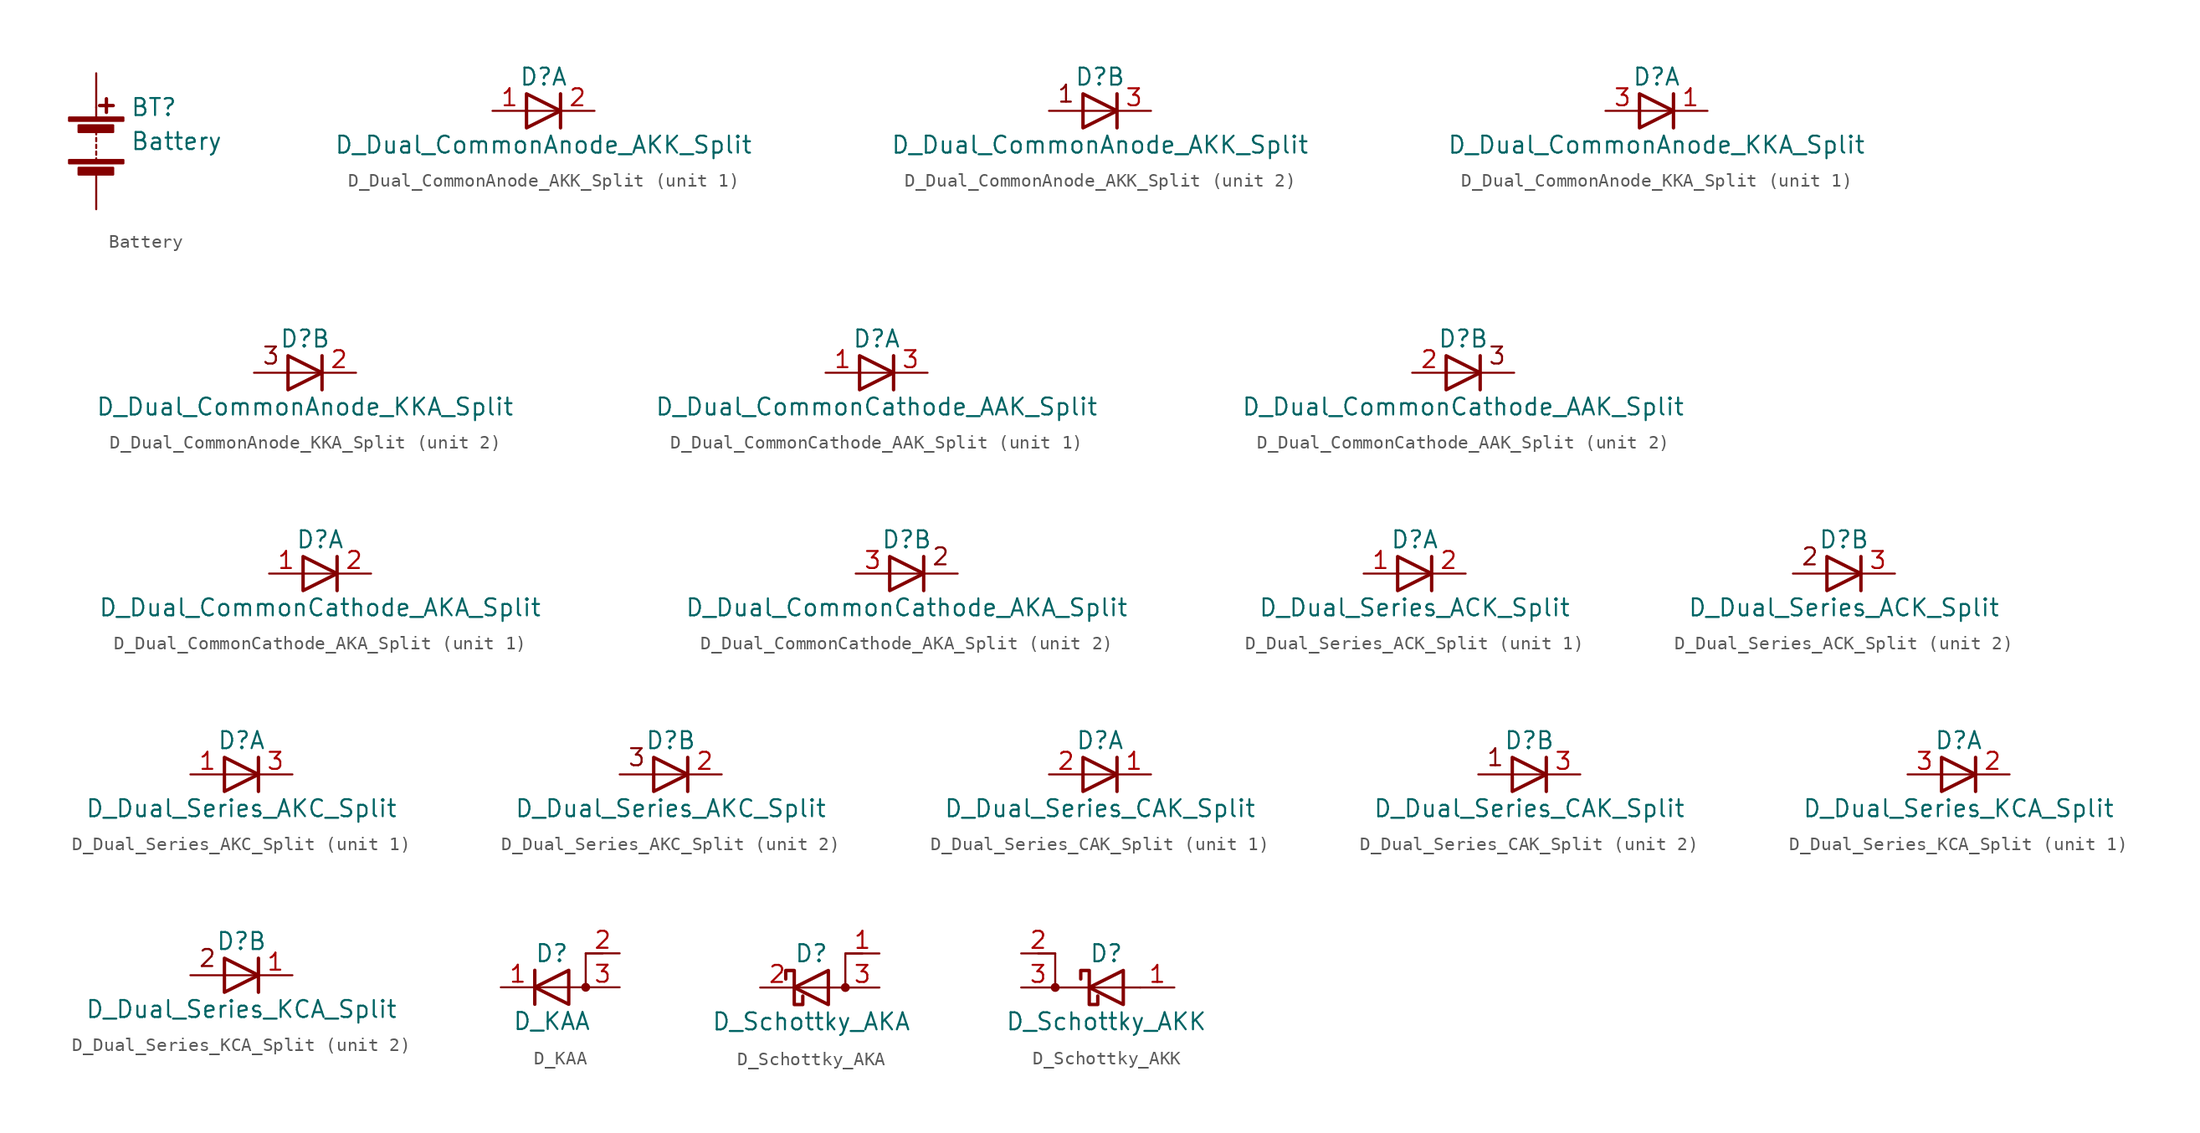
<source format=kicad_sym>
(kicad_symbol_lib
  (version 20220914)
  (generator kicad_symbol_editor)
  (symbol "Battery"
    (pin_numbers hide)
    (pin_names
      (offset 0) hide)
    (property "Reference" "BT"
      (at 2.54 2.54 0)
      (effects (font (size 1.27 1.27)) (justify left)))
    (property "Value" "Battery"
      (at 2.54 0 0)
      (effects (font (size 1.27 1.27)) (justify left)))
    (symbol "Battery_0_1"
      (rectangle (start -2.032 -1.397) (end 2.032 -1.651) (stroke (width 0) (type default)) (fill (type outline)))
      (rectangle (start -2.032 1.778) (end 2.032 1.524) (stroke (width 0) (type default)) (fill (type outline)))
      (rectangle (start -1.321 -1.981) (end 1.27 -2.489) (stroke (width 0) (type default)) (fill (type outline)))
      (rectangle (start -1.321 1.194) (end 1.27 0.686) (stroke (width 0) (type default)) (fill (type outline)))
      (polyline (pts (xy 0 -1.524) (xy 0 -1.27)) (stroke (width 0) (type default)) (fill (type none)))
      (polyline (pts (xy 0 -1.016) (xy 0 -0.762)) (stroke (width 0) (type default)) (fill (type none)))
      (polyline (pts (xy 0 -0.508) (xy 0 -0.254)) (stroke (width 0) (type default)) (fill (type none)))
      (polyline (pts (xy 0 0) (xy 0 0.254)) (stroke (width 0) (type default)) (fill (type none)))
      (polyline (pts (xy 0 0.508) (xy 0 0.762)) (stroke (width 0) (type default)) (fill (type none)))
      (polyline (pts (xy 0 1.778) (xy 0 2.54)) (stroke (width 0) (type default)) (fill (type none)))
      (polyline (pts (xy 0.254 2.667) (xy 1.27 2.667)) (stroke (width 0.254) (type default)) (fill (type none)))
      (polyline (pts (xy 0.762 3.175) (xy 0.762 2.159)) (stroke (width 0.254) (type default)) (fill (type none))))
    (symbol "Battery_1_1"
      (pin passive line (at 0 5.08 270) (length 2.54) (name "+" (effects (font (size 1.27 1.27)))) (number "1" (effects (font (size 1.27 1.27)))))
      (pin passive line (at 0 -5.08 90) (length 2.54) (name "-" (effects (font (size 1.27 1.27)))) (number "2" (effects (font (size 1.27 1.27)))))))
  (symbol "D_Dual_CommonAnode_AKK_Split"
    (pin_names
      (offset 0.762) hide)
    (property "Reference" "D"
      (at 0 2.54 0)
      (effects (font (size 1.27 1.27))))
    (property "Value" "D_Dual_CommonAnode_AKK_Split"
      (at 0 -2.54 0)
      (effects (font (size 1.27 1.27))))
    (property "ki_locked" ""
      (at 0 0 0)
      (effects (font (size 1.27 1.27))))
    (symbol "D_Dual_CommonAnode_AKK_Split_0_0"
      (polyline (pts (xy 1.27 1.27) (xy 1.27 -1.27)) (stroke (width 0.254) (type default)) (fill (type none))))
    (symbol "D_Dual_CommonAnode_AKK_Split_0_1"
      (polyline (pts (xy -1.27 1.27) (xy 1.27 0) (xy -1.27 -1.27) (xy -1.27 1.27) (xy -1.27 1.27) (xy -1.27 1.27)) (stroke (width 0.254) (type default)) (fill (type none))))
    (symbol "D_Dual_CommonAnode_AKK_Split_1_1"
      (polyline (pts (xy 1.27 0) (xy -1.27 0)) (stroke (width 0) (type default)) (fill (type none)))
      (pin passive line (at -3.81 0 0) (length 2.54) (name "A" (effects (font (size 1.27 1.27)))) (number "1" (effects (font (size 1.27 1.27)))))
      (pin passive line (at 3.81 0 180) (length 2.54) (name "K" (effects (font (size 1.27 1.27)))) (number "2" (effects (font (size 1.27 1.27))))))
    (symbol "D_Dual_CommonAnode_AKK_Split_2_0"
      (polyline (pts (xy 1.27 0) (xy -3.81 0)) (stroke (width 0) (type default)) (fill (type none)))
      (text "1" (at -2.54 1.27 0) (effects (font (size 1.27 1.27)))))
    (symbol "D_Dual_CommonAnode_AKK_Split_2_1"
      (pin passive line (at 3.81 0 180) (length 2.54) (name "K" (effects (font (size 1.27 1.27)))) (number "3" (effects (font (size 1.27 1.27)))))))
  (symbol "D_Dual_CommonAnode_KKA_Split"
    (pin_names
      (offset 0.762) hide)
    (property "Reference" "D"
      (at 0 2.54 0)
      (effects (font (size 1.27 1.27))))
    (property "Value" "D_Dual_CommonAnode_KKA_Split"
      (at 0 -2.54 0)
      (effects (font (size 1.27 1.27))))
    (property "ki_locked" ""
      (at 0 0 0)
      (effects (font (size 1.27 1.27))))
    (symbol "D_Dual_CommonAnode_KKA_Split_0_0"
      (polyline (pts (xy 1.27 1.27) (xy 1.27 -1.27)) (stroke (width 0.254) (type default)) (fill (type none))))
    (symbol "D_Dual_CommonAnode_KKA_Split_0_1"
      (polyline (pts (xy -1.27 1.27) (xy 1.27 0) (xy -1.27 -1.27) (xy -1.27 1.27) (xy -1.27 1.27) (xy -1.27 1.27)) (stroke (width 0.254) (type default)) (fill (type none))))
    (symbol "D_Dual_CommonAnode_KKA_Split_1_1"
      (polyline (pts (xy 1.27 0) (xy -1.27 0)) (stroke (width 0) (type default)) (fill (type none)))
      (pin passive line (at 3.81 0 180) (length 2.54) (name "K" (effects (font (size 1.27 1.27)))) (number "1" (effects (font (size 1.27 1.27)))))
      (pin passive line (at -3.81 0 0) (length 2.54) (name "A" (effects (font (size 1.27 1.27)))) (number "3" (effects (font (size 1.27 1.27))))))
    (symbol "D_Dual_CommonAnode_KKA_Split_2_0"
      (polyline (pts (xy 1.27 0) (xy -3.81 0)) (stroke (width 0) (type default)) (fill (type none)))
      (text "3" (at -2.54 1.27 0) (effects (font (size 1.27 1.27)))))
    (symbol "D_Dual_CommonAnode_KKA_Split_2_1"
      (pin passive line (at 3.81 0 180) (length 2.54) (name "K" (effects (font (size 1.27 1.27)))) (number "2" (effects (font (size 1.27 1.27)))))))
  (symbol "D_Dual_CommonCathode_AAK_Split"
    (pin_names
      (offset 0.762) hide)
    (property "Reference" "D"
      (at 0 2.54 0)
      (effects (font (size 1.27 1.27))))
    (property "Value" "D_Dual_CommonCathode_AAK_Split"
      (at 0 -2.54 0)
      (effects (font (size 1.27 1.27))))
    (property "ki_locked" ""
      (at 0 0 0)
      (effects (font (size 1.27 1.27))))
    (symbol "D_Dual_CommonCathode_AAK_Split_0_0"
      (polyline (pts (xy 1.27 1.27) (xy 1.27 -1.27)) (stroke (width 0.254) (type default)) (fill (type none))))
    (symbol "D_Dual_CommonCathode_AAK_Split_0_1"
      (polyline (pts (xy -1.27 1.27) (xy 1.27 0) (xy -1.27 -1.27) (xy -1.27 1.27) (xy -1.27 1.27) (xy -1.27 1.27)) (stroke (width 0.254) (type default)) (fill (type none))))
    (symbol "D_Dual_CommonCathode_AAK_Split_1_1"
      (polyline (pts (xy 1.27 0) (xy -1.27 0)) (stroke (width 0) (type default)) (fill (type none)))
      (pin passive line (at -3.81 0 0) (length 2.54) (name "A" (effects (font (size 1.27 1.27)))) (number "1" (effects (font (size 1.27 1.27)))))
      (pin passive line (at 3.81 0 180) (length 2.54) (name "K" (effects (font (size 1.27 1.27)))) (number "3" (effects (font (size 1.27 1.27))))))
    (symbol "D_Dual_CommonCathode_AAK_Split_2_0"
      (polyline (pts (xy 3.81 0) (xy -1.27 0)) (stroke (width 0) (type default)) (fill (type none)))
      (text "3" (at 2.54 1.27 0) (effects (font (size 1.27 1.27)))))
    (symbol "D_Dual_CommonCathode_AAK_Split_2_1"
      (pin passive line (at -3.81 0 0) (length 2.54) (name "K" (effects (font (size 1.27 1.27)))) (number "2" (effects (font (size 1.27 1.27)))))))
  (symbol "D_Dual_CommonCathode_AKA_Split"
    (pin_names
      (offset 0.762) hide)
    (property "Reference" "D"
      (at 0 2.54 0)
      (effects (font (size 1.27 1.27))))
    (property "Value" "D_Dual_CommonCathode_AKA_Split"
      (at 0 -2.54 0)
      (effects (font (size 1.27 1.27))))
    (property "ki_locked" ""
      (at 0 0 0)
      (effects (font (size 1.27 1.27))))
    (symbol "D_Dual_CommonCathode_AKA_Split_0_0"
      (polyline (pts (xy 1.27 1.27) (xy 1.27 -1.27)) (stroke (width 0.254) (type default)) (fill (type none))))
    (symbol "D_Dual_CommonCathode_AKA_Split_0_1"
      (polyline (pts (xy -1.27 1.27) (xy 1.27 0) (xy -1.27 -1.27) (xy -1.27 1.27) (xy -1.27 1.27) (xy -1.27 1.27)) (stroke (width 0.254) (type default)) (fill (type none))))
    (symbol "D_Dual_CommonCathode_AKA_Split_1_1"
      (polyline (pts (xy 1.27 0) (xy -1.27 0)) (stroke (width 0) (type default)) (fill (type none)))
      (pin passive line (at -3.81 0 0) (length 2.54) (name "A" (effects (font (size 1.27 1.27)))) (number "1" (effects (font (size 1.27 1.27)))))
      (pin passive line (at 3.81 0 180) (length 2.54) (name "K" (effects (font (size 1.27 1.27)))) (number "2" (effects (font (size 1.27 1.27))))))
    (symbol "D_Dual_CommonCathode_AKA_Split_2_0"
      (polyline (pts (xy 3.81 0) (xy -1.27 0)) (stroke (width 0) (type default)) (fill (type none)))
      (text "2" (at 2.54 1.27 0) (effects (font (size 1.27 1.27)))))
    (symbol "D_Dual_CommonCathode_AKA_Split_2_1"
      (pin passive line (at -3.81 0 0) (length 2.54) (name "K" (effects (font (size 1.27 1.27)))) (number "3" (effects (font (size 1.27 1.27)))))))
  (symbol "D_Dual_Series_ACK_Split"
    (pin_names
      (offset 0.762) hide)
    (property "Reference" "D"
      (at 0 2.54 0)
      (effects (font (size 1.27 1.27))))
    (property "Value" "D_Dual_Series_ACK_Split"
      (at 0 -2.54 0)
      (effects (font (size 1.27 1.27))))
    (property "ki_locked" ""
      (at 0 0 0)
      (effects (font (size 1.27 1.27))))
    (symbol "D_Dual_Series_ACK_Split_0_0"
      (polyline (pts (xy 1.27 1.27) (xy 1.27 -1.27)) (stroke (width 0.254) (type default)) (fill (type none))))
    (symbol "D_Dual_Series_ACK_Split_0_1"
      (polyline (pts (xy -1.27 1.27) (xy 1.27 0) (xy -1.27 -1.27) (xy -1.27 1.27) (xy -1.27 1.27) (xy -1.27 1.27)) (stroke (width 0.254) (type default)) (fill (type none))))
    (symbol "D_Dual_Series_ACK_Split_1_1"
      (polyline (pts (xy 1.27 0) (xy -1.27 0)) (stroke (width 0) (type default)) (fill (type none)))
      (pin passive line (at -3.81 0 0) (length 2.54) (name "A" (effects (font (size 1.27 1.27)))) (number "1" (effects (font (size 1.27 1.27)))))
      (pin passive line (at 3.81 0 180) (length 2.54) (name "K" (effects (font (size 1.27 1.27)))) (number "2" (effects (font (size 1.27 1.27))))))
    (symbol "D_Dual_Series_ACK_Split_2_0"
      (polyline (pts (xy 1.27 0) (xy -3.81 0)) (stroke (width 0) (type default)) (fill (type none)))
      (text "2" (at -2.54 1.27 0) (effects (font (size 1.27 1.27)))))
    (symbol "D_Dual_Series_ACK_Split_2_1"
      (pin passive line (at 3.81 0 180) (length 2.54) (name "K" (effects (font (size 1.27 1.27)))) (number "3" (effects (font (size 1.27 1.27)))))))
  (symbol "D_Dual_Series_AKC_Split"
    (pin_names
      (offset 0.762) hide)
    (property "Reference" "D"
      (at 0 2.54 0)
      (effects (font (size 1.27 1.27))))
    (property "Value" "D_Dual_Series_AKC_Split"
      (at 0 -2.54 0)
      (effects (font (size 1.27 1.27))))
    (property "ki_locked" ""
      (at 0 0 0)
      (effects (font (size 1.27 1.27))))
    (symbol "D_Dual_Series_AKC_Split_0_0"
      (polyline (pts (xy 1.27 1.27) (xy 1.27 -1.27)) (stroke (width 0.254) (type default)) (fill (type none))))
    (symbol "D_Dual_Series_AKC_Split_0_1"
      (polyline (pts (xy -1.27 1.27) (xy 1.27 0) (xy -1.27 -1.27) (xy -1.27 1.27) (xy -1.27 1.27) (xy -1.27 1.27)) (stroke (width 0.254) (type default)) (fill (type none))))
    (symbol "D_Dual_Series_AKC_Split_1_1"
      (polyline (pts (xy 1.27 0) (xy -1.27 0)) (stroke (width 0) (type default)) (fill (type none)))
      (pin passive line (at -3.81 0 0) (length 2.54) (name "A" (effects (font (size 1.27 1.27)))) (number "1" (effects (font (size 1.27 1.27)))))
      (pin passive line (at 3.81 0 180) (length 2.54) (name "K" (effects (font (size 1.27 1.27)))) (number "3" (effects (font (size 1.27 1.27))))))
    (symbol "D_Dual_Series_AKC_Split_2_0"
      (polyline (pts (xy 1.27 0) (xy -3.81 0)) (stroke (width 0) (type default)) (fill (type none)))
      (text "3" (at -2.54 1.27 0) (effects (font (size 1.27 1.27)))))
    (symbol "D_Dual_Series_AKC_Split_2_1"
      (pin passive line (at 3.81 0 180) (length 2.54) (name "K" (effects (font (size 1.27 1.27)))) (number "2" (effects (font (size 1.27 1.27)))))))
  (symbol "D_Dual_Series_CAK_Split"
    (pin_names
      (offset 0.762) hide)
    (property "Reference" "D"
      (at 0 2.54 0)
      (effects (font (size 1.27 1.27))))
    (property "Value" "D_Dual_Series_CAK_Split"
      (at 0 -2.54 0)
      (effects (font (size 1.27 1.27))))
    (property "ki_locked" ""
      (at 0 0 0)
      (effects (font (size 1.27 1.27))))
    (symbol "D_Dual_Series_CAK_Split_0_0"
      (polyline (pts (xy 1.27 1.27) (xy 1.27 -1.27)) (stroke (width 0.254) (type default)) (fill (type none))))
    (symbol "D_Dual_Series_CAK_Split_0_1"
      (polyline (pts (xy -1.27 1.27) (xy 1.27 0) (xy -1.27 -1.27) (xy -1.27 1.27) (xy -1.27 1.27) (xy -1.27 1.27)) (stroke (width 0.254) (type default)) (fill (type none))))
    (symbol "D_Dual_Series_CAK_Split_1_1"
      (polyline (pts (xy 1.27 0) (xy -1.27 0)) (stroke (width 0) (type default)) (fill (type none)))
      (pin passive line (at 3.81 0 180) (length 2.54) (name "K" (effects (font (size 1.27 1.27)))) (number "1" (effects (font (size 1.27 1.27)))))
      (pin passive line (at -3.81 0 0) (length 2.54) (name "A" (effects (font (size 1.27 1.27)))) (number "2" (effects (font (size 1.27 1.27))))))
    (symbol "D_Dual_Series_CAK_Split_2_0"
      (polyline (pts (xy 1.27 0) (xy -3.81 0)) (stroke (width 0) (type default)) (fill (type none)))
      (text "1" (at -2.54 1.27 0) (effects (font (size 1.27 1.27)))))
    (symbol "D_Dual_Series_CAK_Split_2_1"
      (pin passive line (at 3.81 0 180) (length 2.54) (name "K" (effects (font (size 1.27 1.27)))) (number "3" (effects (font (size 1.27 1.27)))))))
  (symbol "D_Dual_Series_KCA_Split"
    (pin_names
      (offset 0.762) hide)
    (property "Reference" "D"
      (at 0 2.54 0)
      (effects (font (size 1.27 1.27))))
    (property "Value" "D_Dual_Series_KCA_Split"
      (at 0 -2.54 0)
      (effects (font (size 1.27 1.27))))
    (property "ki_locked" ""
      (at 0 0 0)
      (effects (font (size 1.27 1.27))))
    (symbol "D_Dual_Series_KCA_Split_0_0"
      (polyline (pts (xy 1.27 1.27) (xy 1.27 -1.27)) (stroke (width 0.254) (type default)) (fill (type none))))
    (symbol "D_Dual_Series_KCA_Split_0_1"
      (polyline (pts (xy -1.27 1.27) (xy 1.27 0) (xy -1.27 -1.27) (xy -1.27 1.27) (xy -1.27 1.27) (xy -1.27 1.27)) (stroke (width 0.254) (type default)) (fill (type none))))
    (symbol "D_Dual_Series_KCA_Split_1_1"
      (polyline (pts (xy 1.27 0) (xy -1.27 0)) (stroke (width 0) (type default)) (fill (type none)))
      (pin passive line (at 3.81 0 180) (length 2.54) (name "K" (effects (font (size 1.27 1.27)))) (number "2" (effects (font (size 1.27 1.27)))))
      (pin passive line (at -3.81 0 0) (length 2.54) (name "A" (effects (font (size 1.27 1.27)))) (number "3" (effects (font (size 1.27 1.27))))))
    (symbol "D_Dual_Series_KCA_Split_2_0"
      (polyline (pts (xy 1.27 0) (xy -3.81 0)) (stroke (width 0) (type default)) (fill (type none)))
      (text "2" (at -2.54 1.27 0) (effects (font (size 1.27 1.27)))))
    (symbol "D_Dual_Series_KCA_Split_2_1"
      (pin passive line (at 3.81 0 180) (length 2.54) (name "K" (effects (font (size 1.27 1.27)))) (number "1" (effects (font (size 1.27 1.27)))))))
  (symbol "D_KAA"
    (pin_names
      (offset 0) hide)
    (property "Reference" "D"
      (at 0 2.54 0)
      (effects (font (size 1.27 1.27))))
    (property "Value" "D_KAA"
      (at 0 -2.54 0)
      (effects (font (size 1.27 1.27))))
    (symbol "D_KAA_0_1"
      (polyline (pts (xy -1.27 1.27) (xy -1.27 -1.27)) (stroke (width 0.254) (type default)) (fill (type none)))
      (polyline (pts (xy 1.27 1.27) (xy 1.27 -1.27) (xy -1.27 0) (xy 1.27 1.27)) (stroke (width 0.254) (type default)) (fill (type none)))
      (polyline (pts (xy 3.81 2.54) (xy 2.54 2.54) (xy 2.54 0) (xy -1.27 0)) (stroke (width 0) (type default)) (fill (type none)))
      (circle (center 2.54 0) (radius 0.254) (stroke (width 0) (type default)) (fill (type outline))))
    (symbol "D_KAA_1_1"
      (pin passive line (at -3.81 0 0) (length 2.54) (name "K" (effects (font (size 1.27 1.27)))) (number "1" (effects (font (size 1.27 1.27)))))
      (pin input line (at 5.08 2.54 180) (length 2.54) (name "A" (effects (font (size 1.27 1.27)))) (number "2" (effects (font (size 1.27 1.27)))))
      (pin passive line (at 5.08 0 180) (length 2.54) (name "A" (effects (font (size 1.27 1.27)))) (number "3" (effects (font (size 1.27 1.27)))))))
  (symbol "D_Schottky_AKA"
    (pin_names
      (offset 0) hide)
    (property "Reference" "D"
      (at 0 2.54 0)
      (effects (font (size 1.27 1.27))))
    (property "Value" "D_Schottky_AKA"
      (at 0 -2.54 0)
      (effects (font (size 1.27 1.27))))
    (symbol "D_Schottky_AKA_0_1"
      (polyline (pts (xy 1.27 1.27) (xy 1.27 -1.27) (xy -1.27 0) (xy 1.27 1.27)) (stroke (width 0.254) (type default)) (fill (type none)))
      (polyline (pts (xy 3.81 2.54) (xy 2.54 2.54) (xy 2.54 0) (xy -1.27 0)) (stroke (width 0) (type default)) (fill (type none)))
      (polyline (pts (xy -1.905 0.635) (xy -1.905 1.27) (xy -1.27 1.27) (xy -1.27 -1.27) (xy -0.635 -1.27) (xy -0.635 -0.635)) (stroke (width 0.254) (type default)) (fill (type none)))
      (circle (center 2.54 0) (radius 0.254) (stroke (width 0) (type default)) (fill (type outline))))
    (symbol "D_Schottky_AKA_1_1"
      (pin input line (at 5.08 2.54 180) (length 2.54) (name "A" (effects (font (size 1.27 1.27)))) (number "1" (effects (font (size 1.27 1.27)))))
      (pin passive line (at -3.81 0 0) (length 2.54) (name "K" (effects (font (size 1.27 1.27)))) (number "2" (effects (font (size 1.27 1.27)))))
      (pin passive line (at 5.08 0 180) (length 2.54) (name "A" (effects (font (size 1.27 1.27)))) (number "3" (effects (font (size 1.27 1.27)))))))
  (symbol "D_Schottky_AKK"
    (pin_names
      (offset 0) hide)
    (property "Reference" "D"
      (at 0 2.54 0)
      (effects (font (size 1.27 1.27))))
    (property "Value" "D_Schottky_AKK"
      (at 0 -2.54 0)
      (effects (font (size 1.27 1.27))))
    (symbol "D_Schottky_AKK_0_1"
      (circle (center -3.81 0) (radius 0.254) (stroke (width 0) (type default)) (fill (type outline)))
      (polyline (pts (xy -5.08 2.54) (xy -3.81 2.54) (xy -3.81 0) (xy 2.54 0)) (stroke (width 0) (type default)) (fill (type none)))
      (polyline (pts (xy 1.27 1.27) (xy 1.27 -1.27) (xy -1.27 0) (xy 1.27 1.27)) (stroke (width 0.254) (type default)) (fill (type none)))
      (polyline (pts (xy -1.905 0.635) (xy -1.905 1.27) (xy -1.27 1.27) (xy -1.27 -1.27) (xy -0.635 -1.27) (xy -0.635 -0.635)) (stroke (width 0.254) (type default)) (fill (type none))))
    (symbol "D_Schottky_AKK_1_1"
      (pin passive line (at 5.08 0 180) (length 2.54) (name "A" (effects (font (size 1.27 1.27)))) (number "1" (effects (font (size 1.27 1.27)))))
      (pin input line (at -6.35 2.54 0) (length 2.54) (name "K" (effects (font (size 1.27 1.27)))) (number "2" (effects (font (size 1.27 1.27)))))
      (pin passive line (at -6.35 0 0) (length 2.54) (name "K" (effects (font (size 1.27 1.27)))) (number "3" (effects (font (size 1.27 1.27))))))))
</source>
